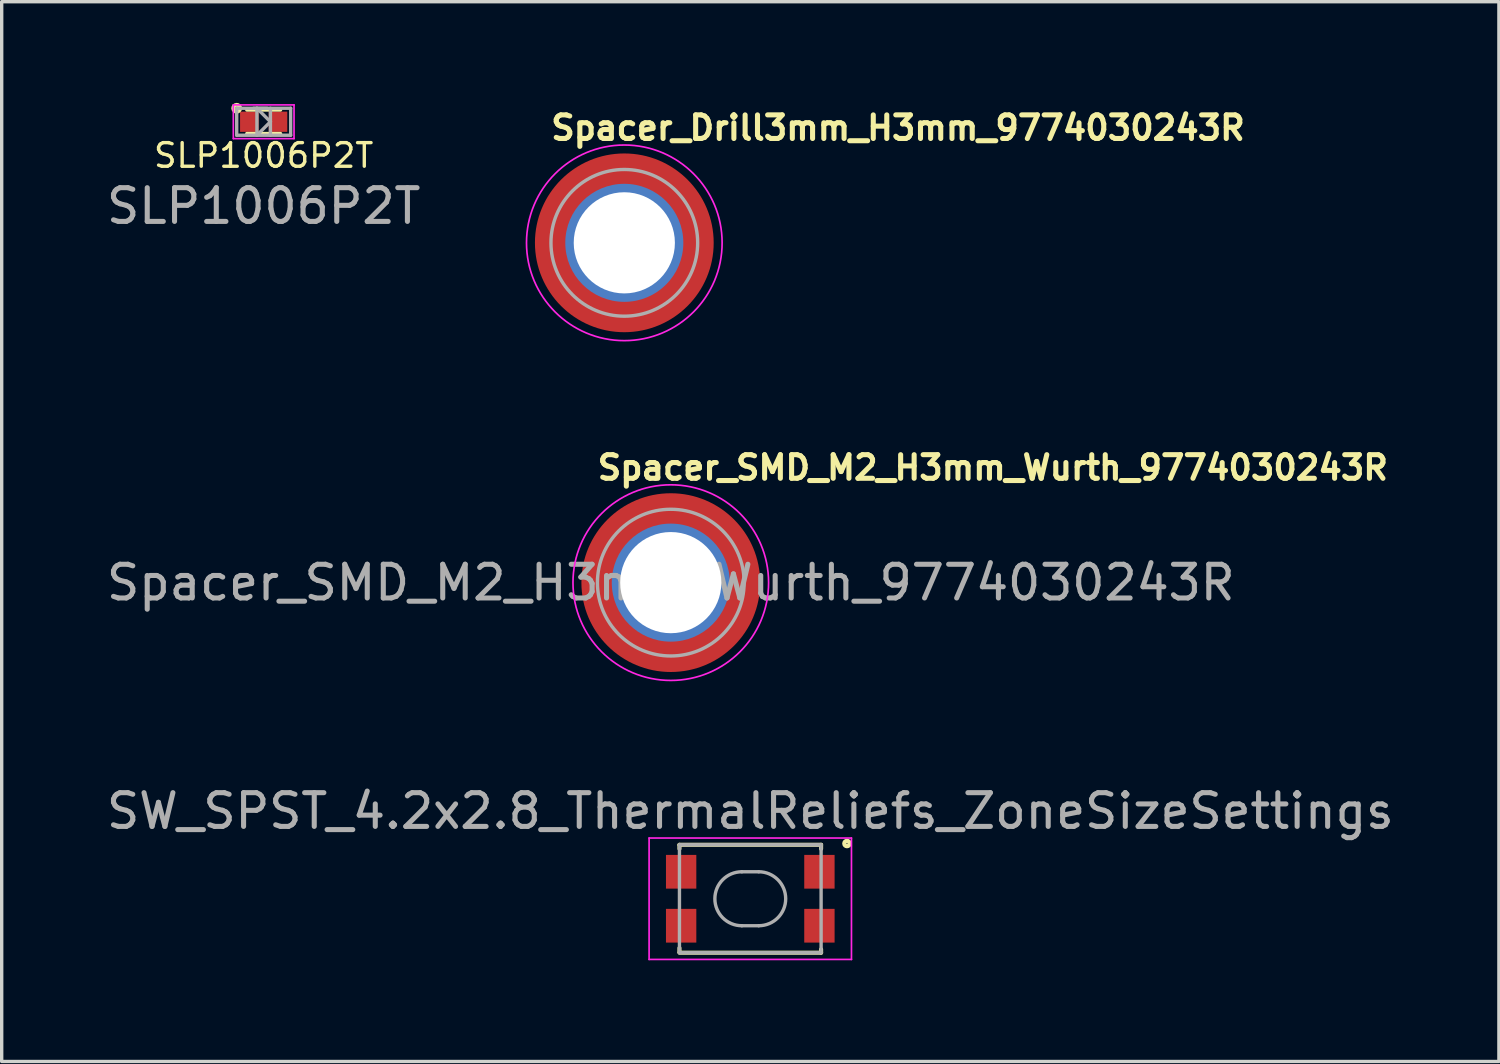
<source format=kicad_pcb>
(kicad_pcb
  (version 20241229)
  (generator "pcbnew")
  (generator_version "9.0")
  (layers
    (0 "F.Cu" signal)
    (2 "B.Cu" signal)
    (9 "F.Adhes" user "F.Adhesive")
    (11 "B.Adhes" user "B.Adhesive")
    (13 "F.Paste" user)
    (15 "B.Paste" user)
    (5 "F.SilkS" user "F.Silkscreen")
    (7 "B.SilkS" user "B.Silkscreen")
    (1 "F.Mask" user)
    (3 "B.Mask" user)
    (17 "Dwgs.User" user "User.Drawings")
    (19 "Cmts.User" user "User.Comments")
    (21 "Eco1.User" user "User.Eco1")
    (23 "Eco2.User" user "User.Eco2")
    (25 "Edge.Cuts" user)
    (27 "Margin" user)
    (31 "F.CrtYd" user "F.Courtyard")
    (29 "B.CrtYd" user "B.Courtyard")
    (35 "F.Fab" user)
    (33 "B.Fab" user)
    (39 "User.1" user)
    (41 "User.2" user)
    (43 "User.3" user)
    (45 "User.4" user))
  (footprint "Spacer_SMD_M2_H3mm_Wurth_9774030243R"
    (layer "F.Cu")
    (at 16.839 14.225)
    (property "Reference" "Spacer_SMD_M2_H3mm_Wurth_9774030243R" (at -2.25 -3 0) (layer "F.SilkS") (effects (font (size 0.7 0.7) (thickness 0.15)) (justify left bottom)))
    (attr through_hole)
    (fp_arc (start -1.999999 -0.8) (mid -1.433703 -1.607635) (end -0.566772 -2.078164) (stroke (width 0.65) (type solid)) (layer "F.Paste"))
    (fp_arc (start -0.8 1.999999) (mid -1.607635 1.433703) (end -2.078164 0.566772) (stroke (width 0.65) (type solid)) (layer "F.Paste"))
    (fp_arc (start 0.8 -1.999999) (mid 1.607635 -1.433703) (end 2.078164 -0.566772) (stroke (width 0.65) (type solid)) (layer "F.Paste"))
    (fp_arc (start 1.999999 0.8) (mid 1.433703 1.607635) (end 0.566772 2.078164) (stroke (width 0.65) (type solid)) (layer "F.Paste"))
    (fp_circle (center 0 0) (end 2.9 0) (stroke (width 0.05) (type solid)) (fill no) (layer "F.CrtYd"))
    (fp_circle (center 0 0) (end 2.175 0) (stroke (width 0.1) (type solid)) (fill no) (layer "F.Fab"))
    (fp_circle (center 0 0) (end 2.25 0) (stroke (width 0.12) (type solid)) (fill no) (layer "User.5"))
    (fp_text user "${REFERENCE}" (at 0 0 0) (layer "F.Fab") (effects (font (size 1 1) (thickness 0.15))))
    (pad "1" thru_hole circle (at 0 0) (size 3.5 3.5) (drill 3) (layers "*.Cu" "*.Mask"))
    (pad "1" smd circle (at 0 0) (size 5.3 5.3) (layers "F.Cu" "F.Mask")))
  (footprint "SLP1006P2T"
    (layer "F.Cu")
    (at 4.768 0.56)
    (property "Reference" "SLP1006P2T" (at 0 1 0) (unlocked yes) (layer "F.SilkS") (effects (font (size 0.7 0.7) (thickness 0.1))))
    (attr smd)
    (fp_line (start -0.5 -0.35) (end 0.5 -0.35) (stroke (width 0.1) (type solid)) (layer "F.SilkS"))
    (fp_line (start -0.5 0.35) (end 0.5 0.35) (stroke (width 0.1) (type solid)) (layer "F.SilkS"))
    (fp_circle (center -0.8 -0.4) (end -0.8 -0.3) (stroke (width 0.12) (type solid)) (fill no) (layer "F.SilkS"))
    (fp_line (start -0.9 -0.5) (end 0.9 -0.5) (stroke (width 0.05) (type solid)) (layer "F.CrtYd"))
    (fp_line (start -0.9 0.5) (end -0.9 -0.5) (stroke (width 0.05) (type solid)) (layer "F.CrtYd"))
    (fp_line (start 0.9 -0.5) (end 0.9 0.5) (stroke (width 0.05) (type solid)) (layer "F.CrtYd"))
    (fp_line (start 0.9 0.5) (end -0.9 0.5) (stroke (width 0.05) (type solid)) (layer "F.CrtYd"))
    (fp_line (start -0.8 -0.4) (end -0.8 0.4) (stroke (width 0.1) (type solid)) (layer "F.Fab"))
    (fp_line (start -0.8 0.4) (end 0.8 0.4) (stroke (width 0.1) (type solid)) (layer "F.Fab"))
    (fp_line (start -0.3 -0.4) (end 0.1 -0.4) (stroke (width 0.1) (type solid)) (layer "F.Fab"))
    (fp_line (start -0.2 -0.4) (end -0.2 0.4) (stroke (width 0.1) (type solid)) (layer "F.Fab"))
    (fp_line (start -0.2 0.4) (end 0.2 0) (stroke (width 0.1) (type solid)) (layer "F.Fab"))
    (fp_line (start 0.2 -0.4) (end 0.2 0.4) (stroke (width 0.1) (type solid)) (layer "F.Fab"))
    (fp_line (start 0.2 0) (end -0.2 -0.4) (stroke (width 0.1) (type solid)) (layer "F.Fab"))
    (fp_line (start 0.8 -0.4) (end -0.8 -0.4) (stroke (width 0.1) (type solid)) (layer "F.Fab"))
    (fp_line (start 0.8 0.4) (end 0.8 -0.4) (stroke (width 0.1) (type solid)) (layer "F.Fab"))
    (fp_text user "${REFERENCE}" (at 0 2.5 0) (unlocked yes) (layer "F.Fab") (effects (font (size 1 1) (thickness 0.15))))
    (pad "A" smd rect (at -0.425 0) (size 0.55 0.6) (layers "F.Cu" "F.Mask" "F.Paste"))
    (pad "K" smd rect (at 0.425 0) (size 0.55 0.6) (layers "F.Cu" "F.Mask" "F.Paste")))
  (footprint "Spacer_Drill3mm_H3mm_9774030243R"
    (layer "F.Cu")
    (at 15.461 4.15)
    (property "Reference" "Spacer_Drill3mm_H3mm_9774030243R" (at -2.25 -3 0) (layer "F.SilkS") (effects (font (size 0.7 0.7) (thickness 0.15)) (justify left bottom)))
    (attr through_hole)
    (fp_arc (start -1.999999 -0.8) (mid -1.433703 -1.607635) (end -0.566772 -2.078164) (stroke (width 0.65) (type solid)) (layer "F.Paste"))
    (fp_arc (start -0.8 1.999999) (mid -1.607635 1.433703) (end -2.078164 0.566772) (stroke (width 0.65) (type solid)) (layer "F.Paste"))
    (fp_arc (start 0.8 -1.999999) (mid 1.607635 -1.433703) (end 2.078164 -0.566772) (stroke (width 0.65) (type solid)) (layer "F.Paste"))
    (fp_arc (start 1.999999 0.8) (mid 1.433703 1.607635) (end 0.566772 2.078164) (stroke (width 0.65) (type solid)) (layer "F.Paste"))
    (fp_circle (center 0 0) (end 2.9 0) (stroke (width 0.05) (type solid)) (fill no) (layer "F.CrtYd"))
    (fp_circle (center 0 0) (end 2.175 0) (stroke (width 0.1) (type solid)) (fill no) (layer "F.Fab"))
    (fp_circle (center 0 0) (end 2.25 0) (stroke (width 0.12) (type solid)) (fill no) (layer "User.5"))
    (pad "1" thru_hole circle (at 0 0) (size 3.5 3.5) (drill 3) (layers "*.Cu" "*.Mask"))
    (pad "1" smd circle (at 0 0) (size 5.3 5.3) (layers "F.Cu" "F.Mask")))
  (footprint "SW_SPST_4.2x2.8_ThermalReliefs_ZoneSizeSettings"
    (layer "F.Cu")
    (at 19.196 23.598)
    (property "Reference" "SW_SPST_4.2x2.8_ThermalReliefs_ZoneSizeSettings" (at 0 -2.6 0) (layer "F.Fab") (effects (font (size 1 1) (thickness 0.15))))
    (attr smd)
    (fp_line (start -2.1 -1.6) (end -2.1 -1.48) (stroke (width 0.12) (type solid)) (layer "F.SilkS"))
    (fp_line (start -2.1 -1.6) (end 2.1 -1.6) (stroke (width 0.12) (type solid)) (layer "F.SilkS"))
    (fp_line (start -2.1 1.58) (end -2.1 1.46) (stroke (width 0.12) (type solid)) (layer "F.SilkS"))
    (fp_line (start -2.1 1.6) (end 2.1 1.6) (stroke (width 0.12) (type solid)) (layer "F.SilkS"))
    (fp_line (start 2.1 -1.6) (end 2.1 -1.48) (stroke (width 0.12) (type solid)) (layer "F.SilkS"))
    (fp_line (start 2.1 1.6) (end 2.1 1.5) (stroke (width 0.12) (type solid)) (layer "F.SilkS"))
    (fp_circle (center 2.867 -1.637) (end 2.882 -1.637) (stroke (width 0.127) (type solid)) (fill no) (layer "F.SilkS"))
    (fp_line (start -2.75 -1.5) (end -2.75 1.5) (stroke (width 0.127) (type solid)) (layer "Eco2.User"))
    (fp_line (start -2.75 1.5) (end 2.75 1.5) (stroke (width 0.127) (type solid)) (layer "Eco2.User"))
    (fp_line (start 2.75 -1.5) (end -2.75 -1.5) (stroke (width 0.127) (type solid)) (layer "Eco2.User"))
    (fp_line (start 2.75 1.5) (end 2.75 -1.5) (stroke (width 0.127) (type solid)) (layer "Eco2.User"))
    (fp_line (start -3 -1.8) (end 3 -1.8) (stroke (width 0.05) (type solid)) (layer "F.CrtYd"))
    (fp_line (start -3 1.8) (end -3 -1.8) (stroke (width 0.05) (type solid)) (layer "F.CrtYd"))
    (fp_line (start 3 -1.8) (end 3 1.8) (stroke (width 0.05) (type solid)) (layer "F.CrtYd"))
    (fp_line (start 3 1.8) (end -3 1.8) (stroke (width 0.05) (type solid)) (layer "F.CrtYd"))
    (fp_line (start -2.1 -1.6) (end -2.1 1.6) (stroke (width 0.1) (type solid)) (layer "F.Fab"))
    (fp_line (start -2.1 1.6) (end 2.1 1.6) (stroke (width 0.1) (type solid)) (layer "F.Fab"))
    (fp_line (start -0.25 -0.8) (end 0.25 -0.8) (stroke (width 0.1) (type solid)) (layer "F.Fab"))
    (fp_line (start 0.25 0.8) (end -0.25 0.8) (stroke (width 0.1) (type solid)) (layer "F.Fab"))
    (fp_line (start 2.1 -1.6) (end -2.1 -1.6) (stroke (width 0.1) (type solid)) (layer "F.Fab"))
    (fp_line (start 2.1 1.6) (end 2.1 -1.6) (stroke (width 0.1) (type solid)) (layer "F.Fab"))
    (fp_arc (start -0.25 0.8) (mid -1.05 0) (end -0.25 -0.8) (stroke (width 0.1) (type solid)) (layer "F.Fab"))
    (fp_arc (start 0.25 -0.8) (mid 1.05 0) (end 0.25 0.8) (stroke (width 0.1) (type solid)) (layer "F.Fab"))
    (pad "1" smd rect (at 2.05 -0.8) (size 0.9 1) (layers "F.Cu" "F.Mask" "F.Paste"))
    (pad "2" smd rect (at 2.05 0.8) (size 0.9 1) (layers "F.Cu" "F.Mask" "F.Paste"))
    (pad "3" smd rect (at -2.05 -0.8) (size 0.9 1) (layers "F.Cu" "F.Mask" "F.Paste"))
    (pad "4" smd rect (at -2.05 0.8) (size 0.9 1) (layers "F.Cu" "F.Mask" "F.Paste")))
  (gr_rect
    (start -3 -3)
    (end 41.393 28.423)
    (stroke (width 0.1) (type default))
    (fill no)
    (layer "Edge.Cuts")))
</source>
